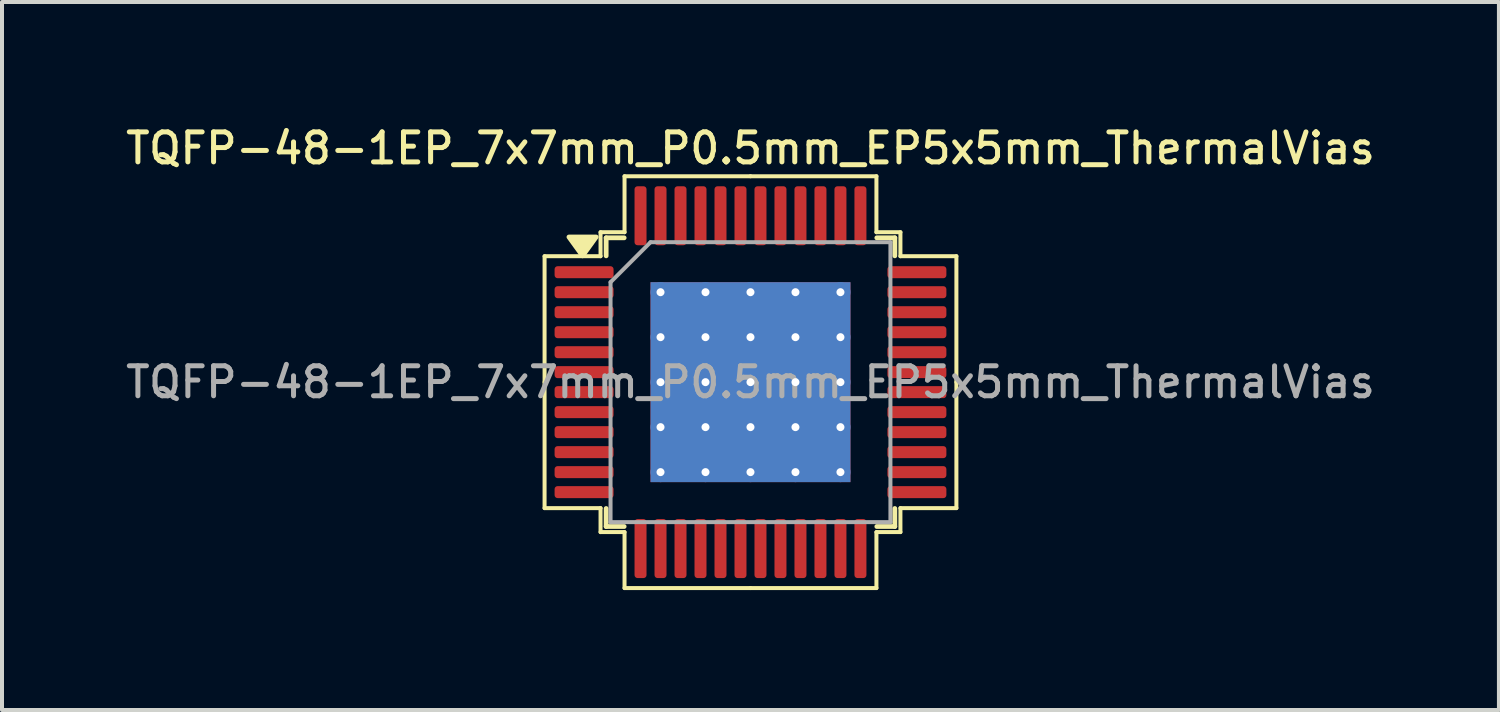
<source format=kicad_pcb>
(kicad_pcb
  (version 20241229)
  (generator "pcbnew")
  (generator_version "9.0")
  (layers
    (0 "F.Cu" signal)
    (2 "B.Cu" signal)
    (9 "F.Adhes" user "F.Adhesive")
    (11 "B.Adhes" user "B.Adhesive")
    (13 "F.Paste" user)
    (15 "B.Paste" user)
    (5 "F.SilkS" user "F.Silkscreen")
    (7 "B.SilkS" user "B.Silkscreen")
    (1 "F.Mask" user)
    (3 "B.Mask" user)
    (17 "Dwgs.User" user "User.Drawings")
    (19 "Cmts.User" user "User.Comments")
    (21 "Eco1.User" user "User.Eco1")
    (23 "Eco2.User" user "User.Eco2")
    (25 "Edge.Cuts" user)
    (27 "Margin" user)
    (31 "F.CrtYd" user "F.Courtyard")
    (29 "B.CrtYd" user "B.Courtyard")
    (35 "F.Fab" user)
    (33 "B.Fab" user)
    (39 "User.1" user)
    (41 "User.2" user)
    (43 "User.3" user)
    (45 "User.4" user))
  (footprint "TQFP-48-1EP_7x7mm_P0.5mm_EP5x5mm_ThermalVias"
    (layer "F.Cu")
    (at 15.72 6.508)
    (property "Reference" "TQFP-48-1EP_7x7mm_P0.5mm_EP5x5mm_ThermalVias" (at 0 -5.85 0) (layer "F.SilkS") (effects (font (size 0.75 0.75) (thickness 0.125))))
    (attr smd)
    (fp_line (start -5.15 -3.15) (end -5.15 0) (stroke (width 0.1) (type solid)) (layer "F.SilkS"))
    (fp_line (start -5.15 3.15) (end -5.15 0) (stroke (width 0.1) (type solid)) (layer "F.SilkS"))
    (fp_line (start -3.75 -3.75) (end -3.75 -3.15) (stroke (width 0.1) (type solid)) (layer "F.SilkS"))
    (fp_line (start -3.75 -3.15) (end -5.15 -3.15) (stroke (width 0.1) (type solid)) (layer "F.SilkS"))
    (fp_line (start -3.75 3.15) (end -5.15 3.15) (stroke (width 0.1) (type solid)) (layer "F.SilkS"))
    (fp_line (start -3.75 3.75) (end -3.75 3.15) (stroke (width 0.1) (type solid)) (layer "F.SilkS"))
    (fp_line (start -3.61 -3.61) (end -3.61 -3.16) (stroke (width 0.12) (type solid)) (layer "F.SilkS"))
    (fp_line (start -3.61 3.61) (end -3.61 3.16) (stroke (width 0.12) (type solid)) (layer "F.SilkS"))
    (fp_line (start -3.16 -3.61) (end -3.61 -3.61) (stroke (width 0.12) (type solid)) (layer "F.SilkS"))
    (fp_line (start -3.16 3.61) (end -3.61 3.61) (stroke (width 0.12) (type solid)) (layer "F.SilkS"))
    (fp_line (start -3.15 -5.15) (end -3.15 -3.75) (stroke (width 0.1) (type solid)) (layer "F.SilkS"))
    (fp_line (start -3.15 -3.75) (end -3.75 -3.75) (stroke (width 0.1) (type solid)) (layer "F.SilkS"))
    (fp_line (start -3.15 3.75) (end -3.75 3.75) (stroke (width 0.1) (type solid)) (layer "F.SilkS"))
    (fp_line (start -3.15 5.15) (end -3.15 3.75) (stroke (width 0.1) (type solid)) (layer "F.SilkS"))
    (fp_line (start 0 -5.15) (end -3.15 -5.15) (stroke (width 0.1) (type solid)) (layer "F.SilkS"))
    (fp_line (start 0 -5.15) (end 3.15 -5.15) (stroke (width 0.1) (type solid)) (layer "F.SilkS"))
    (fp_line (start 0 5.15) (end -3.15 5.15) (stroke (width 0.1) (type solid)) (layer "F.SilkS"))
    (fp_line (start 0 5.15) (end 3.15 5.15) (stroke (width 0.1) (type solid)) (layer "F.SilkS"))
    (fp_line (start 3.15 -5.15) (end 3.15 -3.75) (stroke (width 0.1) (type solid)) (layer "F.SilkS"))
    (fp_line (start 3.15 -3.75) (end 3.75 -3.75) (stroke (width 0.1) (type solid)) (layer "F.SilkS"))
    (fp_line (start 3.15 3.75) (end 3.75 3.75) (stroke (width 0.1) (type solid)) (layer "F.SilkS"))
    (fp_line (start 3.15 5.15) (end 3.15 3.75) (stroke (width 0.1) (type solid)) (layer "F.SilkS"))
    (fp_line (start 3.16 -3.61) (end 3.61 -3.61) (stroke (width 0.12) (type solid)) (layer "F.SilkS"))
    (fp_line (start 3.16 3.61) (end 3.61 3.61) (stroke (width 0.12) (type solid)) (layer "F.SilkS"))
    (fp_line (start 3.61 -3.61) (end 3.61 -3.16) (stroke (width 0.12) (type solid)) (layer "F.SilkS"))
    (fp_line (start 3.61 3.61) (end 3.61 3.16) (stroke (width 0.12) (type solid)) (layer "F.SilkS"))
    (fp_line (start 3.75 -3.75) (end 3.75 -3.15) (stroke (width 0.1) (type solid)) (layer "F.SilkS"))
    (fp_line (start 3.75 -3.15) (end 5.15 -3.15) (stroke (width 0.1) (type solid)) (layer "F.SilkS"))
    (fp_line (start 3.75 3.15) (end 5.15 3.15) (stroke (width 0.1) (type solid)) (layer "F.SilkS"))
    (fp_line (start 3.75 3.75) (end 3.75 3.15) (stroke (width 0.1) (type solid)) (layer "F.SilkS"))
    (fp_line (start 5.15 -3.15) (end 5.15 0) (stroke (width 0.1) (type solid)) (layer "F.SilkS"))
    (fp_line (start 5.15 3.15) (end 5.15 0) (stroke (width 0.1) (type solid)) (layer "F.SilkS"))
    (fp_poly (pts (xy -4.2 -3.16) (xy -4.54 -3.63) (xy -3.86 -3.63) (xy -4.2 -3.16)) (stroke (width 0.12) (type solid)) (fill yes) (layer "F.SilkS"))
    (fp_line (start -3.5 -2.5) (end -2.5 -3.5) (stroke (width 0.1) (type solid)) (layer "F.Fab"))
    (fp_line (start -3.5 3.5) (end -3.5 -2.5) (stroke (width 0.1) (type solid)) (layer "F.Fab"))
    (fp_line (start -2.5 -3.5) (end 3.5 -3.5) (stroke (width 0.1) (type solid)) (layer "F.Fab"))
    (fp_line (start 3.5 -3.5) (end 3.5 3.5) (stroke (width 0.1) (type solid)) (layer "F.Fab"))
    (fp_line (start 3.5 3.5) (end -3.5 3.5) (stroke (width 0.1) (type solid)) (layer "F.Fab"))
    (fp_text user "${REFERENCE}" (at 0 0 0) (layer "F.Fab") (effects (font (size 0.75 0.75) (thickness 0.125))))
    (pad "" smd custom (at -1.688 -1.688) (size 0.891 0.891) (layers "F.Paste") (options (anchor circle)) (primitives (gr_poly (pts (xy -0.387 -0.29) (xy -0.29 -0.387) (xy 0.29 -0.387) (xy 0.387 -0.29) (xy 0.387 0.29) (xy 0.29 0.387) (xy -0.29 0.387) (xy -0.387 0.29)) (width 0.234) (fill yes))))
    (pad "" smd custom (at -1.688 -0.562) (size 0.891 0.891) (layers "F.Paste") (options (anchor circle)) (primitives (gr_poly (pts (xy -0.387 -0.29) (xy -0.29 -0.387) (xy 0.29 -0.387) (xy 0.387 -0.29) (xy 0.387 0.29) (xy 0.29 0.387) (xy -0.29 0.387) (xy -0.387 0.29)) (width 0.234) (fill yes))))
    (pad "" smd custom (at -1.688 0.562) (size 0.891 0.891) (layers "F.Paste") (options (anchor circle)) (primitives (gr_poly (pts (xy -0.387 -0.29) (xy -0.29 -0.387) (xy 0.29 -0.387) (xy 0.387 -0.29) (xy 0.387 0.29) (xy 0.29 0.387) (xy -0.29 0.387) (xy -0.387 0.29)) (width 0.234) (fill yes))))
    (pad "" smd custom (at -1.688 1.688) (size 0.891 0.891) (layers "F.Paste") (options (anchor circle)) (primitives (gr_poly (pts (xy -0.387 -0.29) (xy -0.29 -0.387) (xy 0.29 -0.387) (xy 0.387 -0.29) (xy 0.387 0.29) (xy 0.29 0.387) (xy -0.29 0.387) (xy -0.387 0.29)) (width 0.234) (fill yes))))
    (pad "" smd custom (at -0.562 -1.688) (size 0.891 0.891) (layers "F.Paste") (options (anchor circle)) (primitives (gr_poly (pts (xy -0.387 -0.29) (xy -0.29 -0.387) (xy 0.29 -0.387) (xy 0.387 -0.29) (xy 0.387 0.29) (xy 0.29 0.387) (xy -0.29 0.387) (xy -0.387 0.29)) (width 0.234) (fill yes))))
    (pad "" smd custom (at -0.562 -0.562) (size 0.891 0.891) (layers "F.Paste") (options (anchor circle)) (primitives (gr_poly (pts (xy -0.387 -0.29) (xy -0.29 -0.387) (xy 0.29 -0.387) (xy 0.387 -0.29) (xy 0.387 0.29) (xy 0.29 0.387) (xy -0.29 0.387) (xy -0.387 0.29)) (width 0.234) (fill yes))))
    (pad "" smd custom (at -0.562 0.562) (size 0.891 0.891) (layers "F.Paste") (options (anchor circle)) (primitives (gr_poly (pts (xy -0.387 -0.29) (xy -0.29 -0.387) (xy 0.29 -0.387) (xy 0.387 -0.29) (xy 0.387 0.29) (xy 0.29 0.387) (xy -0.29 0.387) (xy -0.387 0.29)) (width 0.234) (fill yes))))
    (pad "" smd custom (at -0.562 1.688) (size 0.891 0.891) (layers "F.Paste") (options (anchor circle)) (primitives (gr_poly (pts (xy -0.387 -0.29) (xy -0.29 -0.387) (xy 0.29 -0.387) (xy 0.387 -0.29) (xy 0.387 0.29) (xy 0.29 0.387) (xy -0.29 0.387) (xy -0.387 0.29)) (width 0.234) (fill yes))))
    (pad "" smd custom (at 0.562 -1.688) (size 0.891 0.891) (layers "F.Paste") (options (anchor circle)) (primitives (gr_poly (pts (xy -0.387 -0.29) (xy -0.29 -0.387) (xy 0.29 -0.387) (xy 0.387 -0.29) (xy 0.387 0.29) (xy 0.29 0.387) (xy -0.29 0.387) (xy -0.387 0.29)) (width 0.234) (fill yes))))
    (pad "" smd custom (at 0.562 -0.562) (size 0.891 0.891) (layers "F.Paste") (options (anchor circle)) (primitives (gr_poly (pts (xy -0.387 -0.29) (xy -0.29 -0.387) (xy 0.29 -0.387) (xy 0.387 -0.29) (xy 0.387 0.29) (xy 0.29 0.387) (xy -0.29 0.387) (xy -0.387 0.29)) (width 0.234) (fill yes))))
    (pad "" smd custom (at 0.562 0.562) (size 0.891 0.891) (layers "F.Paste") (options (anchor circle)) (primitives (gr_poly (pts (xy -0.387 -0.29) (xy -0.29 -0.387) (xy 0.29 -0.387) (xy 0.387 -0.29) (xy 0.387 0.29) (xy 0.29 0.387) (xy -0.29 0.387) (xy -0.387 0.29)) (width 0.234) (fill yes))))
    (pad "" smd custom (at 0.562 1.688) (size 0.891 0.891) (layers "F.Paste") (options (anchor circle)) (primitives (gr_poly (pts (xy -0.387 -0.29) (xy -0.29 -0.387) (xy 0.29 -0.387) (xy 0.387 -0.29) (xy 0.387 0.29) (xy 0.29 0.387) (xy -0.29 0.387) (xy -0.387 0.29)) (width 0.234) (fill yes))))
    (pad "" smd custom (at 1.688 -1.688) (size 0.891 0.891) (layers "F.Paste") (options (anchor circle)) (primitives (gr_poly (pts (xy -0.387 -0.29) (xy -0.29 -0.387) (xy 0.29 -0.387) (xy 0.387 -0.29) (xy 0.387 0.29) (xy 0.29 0.387) (xy -0.29 0.387) (xy -0.387 0.29)) (width 0.234) (fill yes))))
    (pad "" smd custom (at 1.688 -0.562) (size 0.891 0.891) (layers "F.Paste") (options (anchor circle)) (primitives (gr_poly (pts (xy -0.387 -0.29) (xy -0.29 -0.387) (xy 0.29 -0.387) (xy 0.387 -0.29) (xy 0.387 0.29) (xy 0.29 0.387) (xy -0.29 0.387) (xy -0.387 0.29)) (width 0.234) (fill yes))))
    (pad "" smd custom (at 1.688 0.562) (size 0.891 0.891) (layers "F.Paste") (options (anchor circle)) (primitives (gr_poly (pts (xy -0.387 -0.29) (xy -0.29 -0.387) (xy 0.29 -0.387) (xy 0.387 -0.29) (xy 0.387 0.29) (xy 0.29 0.387) (xy -0.29 0.387) (xy -0.387 0.29)) (width 0.234) (fill yes))))
    (pad "" smd custom (at 1.688 1.688) (size 0.891 0.891) (layers "F.Paste") (options (anchor circle)) (primitives (gr_poly (pts (xy -0.387 -0.29) (xy -0.29 -0.387) (xy 0.29 -0.387) (xy 0.387 -0.29) (xy 0.387 0.29) (xy 0.29 0.387) (xy -0.29 0.387) (xy -0.387 0.29)) (width 0.234) (fill yes))))
    (pad "1" smd roundrect (at -4.162 -2.75) (size 1.475 0.3) (layers "F.Cu" "F.Mask" "F.Paste") (roundrect_rratio 0.25))
    (pad "2" smd roundrect (at -4.162 -2.25) (size 1.475 0.3) (layers "F.Cu" "F.Mask" "F.Paste") (roundrect_rratio 0.25))
    (pad "3" smd roundrect (at -4.162 -1.75) (size 1.475 0.3) (layers "F.Cu" "F.Mask" "F.Paste") (roundrect_rratio 0.25))
    (pad "4" smd roundrect (at -4.162 -1.25) (size 1.475 0.3) (layers "F.Cu" "F.Mask" "F.Paste") (roundrect_rratio 0.25))
    (pad "5" smd roundrect (at -4.162 -0.75) (size 1.475 0.3) (layers "F.Cu" "F.Mask" "F.Paste") (roundrect_rratio 0.25))
    (pad "6" smd roundrect (at -4.162 -0.25) (size 1.475 0.3) (layers "F.Cu" "F.Mask" "F.Paste") (roundrect_rratio 0.25))
    (pad "7" smd roundrect (at -4.162 0.25) (size 1.475 0.3) (layers "F.Cu" "F.Mask" "F.Paste") (roundrect_rratio 0.25))
    (pad "8" smd roundrect (at -4.162 0.75) (size 1.475 0.3) (layers "F.Cu" "F.Mask" "F.Paste") (roundrect_rratio 0.25))
    (pad "9" smd roundrect (at -4.162 1.25) (size 1.475 0.3) (layers "F.Cu" "F.Mask" "F.Paste") (roundrect_rratio 0.25))
    (pad "10" smd roundrect (at -4.162 1.75) (size 1.475 0.3) (layers "F.Cu" "F.Mask" "F.Paste") (roundrect_rratio 0.25))
    (pad "11" smd roundrect (at -4.162 2.25) (size 1.475 0.3) (layers "F.Cu" "F.Mask" "F.Paste") (roundrect_rratio 0.25))
    (pad "12" smd roundrect (at -4.162 2.75) (size 1.475 0.3) (layers "F.Cu" "F.Mask" "F.Paste") (roundrect_rratio 0.25))
    (pad "13" smd roundrect (at -2.75 4.162) (size 0.3 1.475) (layers "F.Cu" "F.Mask" "F.Paste") (roundrect_rratio 0.25))
    (pad "14" smd roundrect (at -2.25 4.162) (size 0.3 1.475) (layers "F.Cu" "F.Mask" "F.Paste") (roundrect_rratio 0.25))
    (pad "15" smd roundrect (at -1.75 4.162) (size 0.3 1.475) (layers "F.Cu" "F.Mask" "F.Paste") (roundrect_rratio 0.25))
    (pad "16" smd roundrect (at -1.25 4.162) (size 0.3 1.475) (layers "F.Cu" "F.Mask" "F.Paste") (roundrect_rratio 0.25))
    (pad "17" smd roundrect (at -0.75 4.162) (size 0.3 1.475) (layers "F.Cu" "F.Mask" "F.Paste") (roundrect_rratio 0.25))
    (pad "18" smd roundrect (at -0.25 4.162) (size 0.3 1.475) (layers "F.Cu" "F.Mask" "F.Paste") (roundrect_rratio 0.25))
    (pad "19" smd roundrect (at 0.25 4.162) (size 0.3 1.475) (layers "F.Cu" "F.Mask" "F.Paste") (roundrect_rratio 0.25))
    (pad "20" smd roundrect (at 0.75 4.162) (size 0.3 1.475) (layers "F.Cu" "F.Mask" "F.Paste") (roundrect_rratio 0.25))
    (pad "21" smd roundrect (at 1.25 4.162) (size 0.3 1.475) (layers "F.Cu" "F.Mask" "F.Paste") (roundrect_rratio 0.25))
    (pad "22" smd roundrect (at 1.75 4.162) (size 0.3 1.475) (layers "F.Cu" "F.Mask" "F.Paste") (roundrect_rratio 0.25))
    (pad "23" smd roundrect (at 2.25 4.162) (size 0.3 1.475) (layers "F.Cu" "F.Mask" "F.Paste") (roundrect_rratio 0.25))
    (pad "24" smd roundrect (at 2.75 4.162) (size 0.3 1.475) (layers "F.Cu" "F.Mask" "F.Paste") (roundrect_rratio 0.25))
    (pad "25" smd roundrect (at 4.162 2.75) (size 1.475 0.3) (layers "F.Cu" "F.Mask" "F.Paste") (roundrect_rratio 0.25))
    (pad "26" smd roundrect (at 4.162 2.25) (size 1.475 0.3) (layers "F.Cu" "F.Mask" "F.Paste") (roundrect_rratio 0.25))
    (pad "27" smd roundrect (at 4.162 1.75) (size 1.475 0.3) (layers "F.Cu" "F.Mask" "F.Paste") (roundrect_rratio 0.25))
    (pad "28" smd roundrect (at 4.162 1.25) (size 1.475 0.3) (layers "F.Cu" "F.Mask" "F.Paste") (roundrect_rratio 0.25))
    (pad "29" smd roundrect (at 4.162 0.75) (size 1.475 0.3) (layers "F.Cu" "F.Mask" "F.Paste") (roundrect_rratio 0.25))
    (pad "30" smd roundrect (at 4.162 0.25) (size 1.475 0.3) (layers "F.Cu" "F.Mask" "F.Paste") (roundrect_rratio 0.25))
    (pad "31" smd roundrect (at 4.162 -0.25) (size 1.475 0.3) (layers "F.Cu" "F.Mask" "F.Paste") (roundrect_rratio 0.25))
    (pad "32" smd roundrect (at 4.162 -0.75) (size 1.475 0.3) (layers "F.Cu" "F.Mask" "F.Paste") (roundrect_rratio 0.25))
    (pad "33" smd roundrect (at 4.162 -1.25) (size 1.475 0.3) (layers "F.Cu" "F.Mask" "F.Paste") (roundrect_rratio 0.25))
    (pad "34" smd roundrect (at 4.162 -1.75) (size 1.475 0.3) (layers "F.Cu" "F.Mask" "F.Paste") (roundrect_rratio 0.25))
    (pad "35" smd roundrect (at 4.162 -2.25) (size 1.475 0.3) (layers "F.Cu" "F.Mask" "F.Paste") (roundrect_rratio 0.25))
    (pad "36" smd roundrect (at 4.162 -2.75) (size 1.475 0.3) (layers "F.Cu" "F.Mask" "F.Paste") (roundrect_rratio 0.25))
    (pad "37" smd roundrect (at 2.75 -4.162) (size 0.3 1.475) (layers "F.Cu" "F.Mask" "F.Paste") (roundrect_rratio 0.25))
    (pad "38" smd roundrect (at 2.25 -4.162) (size 0.3 1.475) (layers "F.Cu" "F.Mask" "F.Paste") (roundrect_rratio 0.25))
    (pad "39" smd roundrect (at 1.75 -4.162) (size 0.3 1.475) (layers "F.Cu" "F.Mask" "F.Paste") (roundrect_rratio 0.25))
    (pad "40" smd roundrect (at 1.25 -4.162) (size 0.3 1.475) (layers "F.Cu" "F.Mask" "F.Paste") (roundrect_rratio 0.25))
    (pad "41" smd roundrect (at 0.75 -4.162) (size 0.3 1.475) (layers "F.Cu" "F.Mask" "F.Paste") (roundrect_rratio 0.25))
    (pad "42" smd roundrect (at 0.25 -4.162) (size 0.3 1.475) (layers "F.Cu" "F.Mask" "F.Paste") (roundrect_rratio 0.25))
    (pad "43" smd roundrect (at -0.25 -4.162) (size 0.3 1.475) (layers "F.Cu" "F.Mask" "F.Paste") (roundrect_rratio 0.25))
    (pad "44" smd roundrect (at -0.75 -4.162) (size 0.3 1.475) (layers "F.Cu" "F.Mask" "F.Paste") (roundrect_rratio 0.25))
    (pad "45" smd roundrect (at -1.25 -4.162) (size 0.3 1.475) (layers "F.Cu" "F.Mask" "F.Paste") (roundrect_rratio 0.25))
    (pad "46" smd roundrect (at -1.75 -4.162) (size 0.3 1.475) (layers "F.Cu" "F.Mask" "F.Paste") (roundrect_rratio 0.25))
    (pad "47" smd roundrect (at -2.25 -4.162) (size 0.3 1.475) (layers "F.Cu" "F.Mask" "F.Paste") (roundrect_rratio 0.25))
    (pad "48" smd roundrect (at -2.75 -4.162) (size 0.3 1.475) (layers "F.Cu" "F.Mask" "F.Paste") (roundrect_rratio 0.25))
    (pad "49" thru_hole circle (at -2.25 -2.25) (size 0.5 0.5) (drill 0.2) (property pad_prop_heatsink) (layers "*.Cu"))
    (pad "49" thru_hole circle (at -2.25 -1.125) (size 0.5 0.5) (drill 0.2) (property pad_prop_heatsink) (layers "*.Cu"))
    (pad "49" thru_hole circle (at -2.25 0) (size 0.5 0.5) (drill 0.2) (property pad_prop_heatsink) (layers "*.Cu"))
    (pad "49" thru_hole circle (at -2.25 1.125) (size 0.5 0.5) (drill 0.2) (property pad_prop_heatsink) (layers "*.Cu"))
    (pad "49" thru_hole circle (at -2.25 2.25) (size 0.5 0.5) (drill 0.2) (property pad_prop_heatsink) (layers "*.Cu"))
    (pad "49" thru_hole circle (at -1.125 -2.25) (size 0.5 0.5) (drill 0.2) (property pad_prop_heatsink) (layers "*.Cu"))
    (pad "49" thru_hole circle (at -1.125 -1.125) (size 0.5 0.5) (drill 0.2) (property pad_prop_heatsink) (layers "*.Cu"))
    (pad "49" thru_hole circle (at -1.125 0) (size 0.5 0.5) (drill 0.2) (property pad_prop_heatsink) (layers "*.Cu"))
    (pad "49" thru_hole circle (at -1.125 1.125) (size 0.5 0.5) (drill 0.2) (property pad_prop_heatsink) (layers "*.Cu"))
    (pad "49" thru_hole circle (at -1.125 2.25) (size 0.5 0.5) (drill 0.2) (property pad_prop_heatsink) (layers "*.Cu"))
    (pad "49" thru_hole circle (at 0 -2.25) (size 0.5 0.5) (drill 0.2) (property pad_prop_heatsink) (layers "*.Cu"))
    (pad "49" thru_hole circle (at 0 -1.125) (size 0.5 0.5) (drill 0.2) (property pad_prop_heatsink) (layers "*.Cu"))
    (pad "49" thru_hole circle (at 0 0) (size 0.5 0.5) (drill 0.2) (property pad_prop_heatsink) (layers "*.Cu"))
    (pad "49" smd rect (at 0 0) (size 5 5) (property pad_prop_heatsink) (layers "F.Cu" "F.Mask"))
    (pad "49" smd rect (at 0 0) (size 5 5) (property pad_prop_heatsink) (layers "B.Cu"))
    (pad "49" thru_hole circle (at 0 1.125) (size 0.5 0.5) (drill 0.2) (property pad_prop_heatsink) (layers "*.Cu"))
    (pad "49" thru_hole circle (at 0 2.25) (size 0.5 0.5) (drill 0.2) (property pad_prop_heatsink) (layers "*.Cu"))
    (pad "49" thru_hole circle (at 1.125 -2.25) (size 0.5 0.5) (drill 0.2) (property pad_prop_heatsink) (layers "*.Cu"))
    (pad "49" thru_hole circle (at 1.125 -1.125) (size 0.5 0.5) (drill 0.2) (property pad_prop_heatsink) (layers "*.Cu"))
    (pad "49" thru_hole circle (at 1.125 0) (size 0.5 0.5) (drill 0.2) (property pad_prop_heatsink) (layers "*.Cu"))
    (pad "49" thru_hole circle (at 1.125 1.125) (size 0.5 0.5) (drill 0.2) (property pad_prop_heatsink) (layers "*.Cu"))
    (pad "49" thru_hole circle (at 1.125 2.25) (size 0.5 0.5) (drill 0.2) (property pad_prop_heatsink) (layers "*.Cu"))
    (pad "49" thru_hole circle (at 2.25 -2.25) (size 0.5 0.5) (drill 0.2) (property pad_prop_heatsink) (layers "*.Cu"))
    (pad "49" thru_hole circle (at 2.25 -1.125) (size 0.5 0.5) (drill 0.2) (property pad_prop_heatsink) (layers "*.Cu"))
    (pad "49" thru_hole circle (at 2.25 0) (size 0.5 0.5) (drill 0.2) (property pad_prop_heatsink) (layers "*.Cu"))
    (pad "49" thru_hole circle (at 2.25 1.125) (size 0.5 0.5) (drill 0.2) (property pad_prop_heatsink) (layers "*.Cu"))
    (pad "49" thru_hole circle (at 2.25 2.25) (size 0.5 0.5) (drill 0.2) (property pad_prop_heatsink) (layers "*.Cu")))
  (gr_rect
    (start -3 -3)
    (end 34.439 14.708)
    (stroke (width 0.1) (type default))
    (fill no)
    (layer "Edge.Cuts")))
</source>
